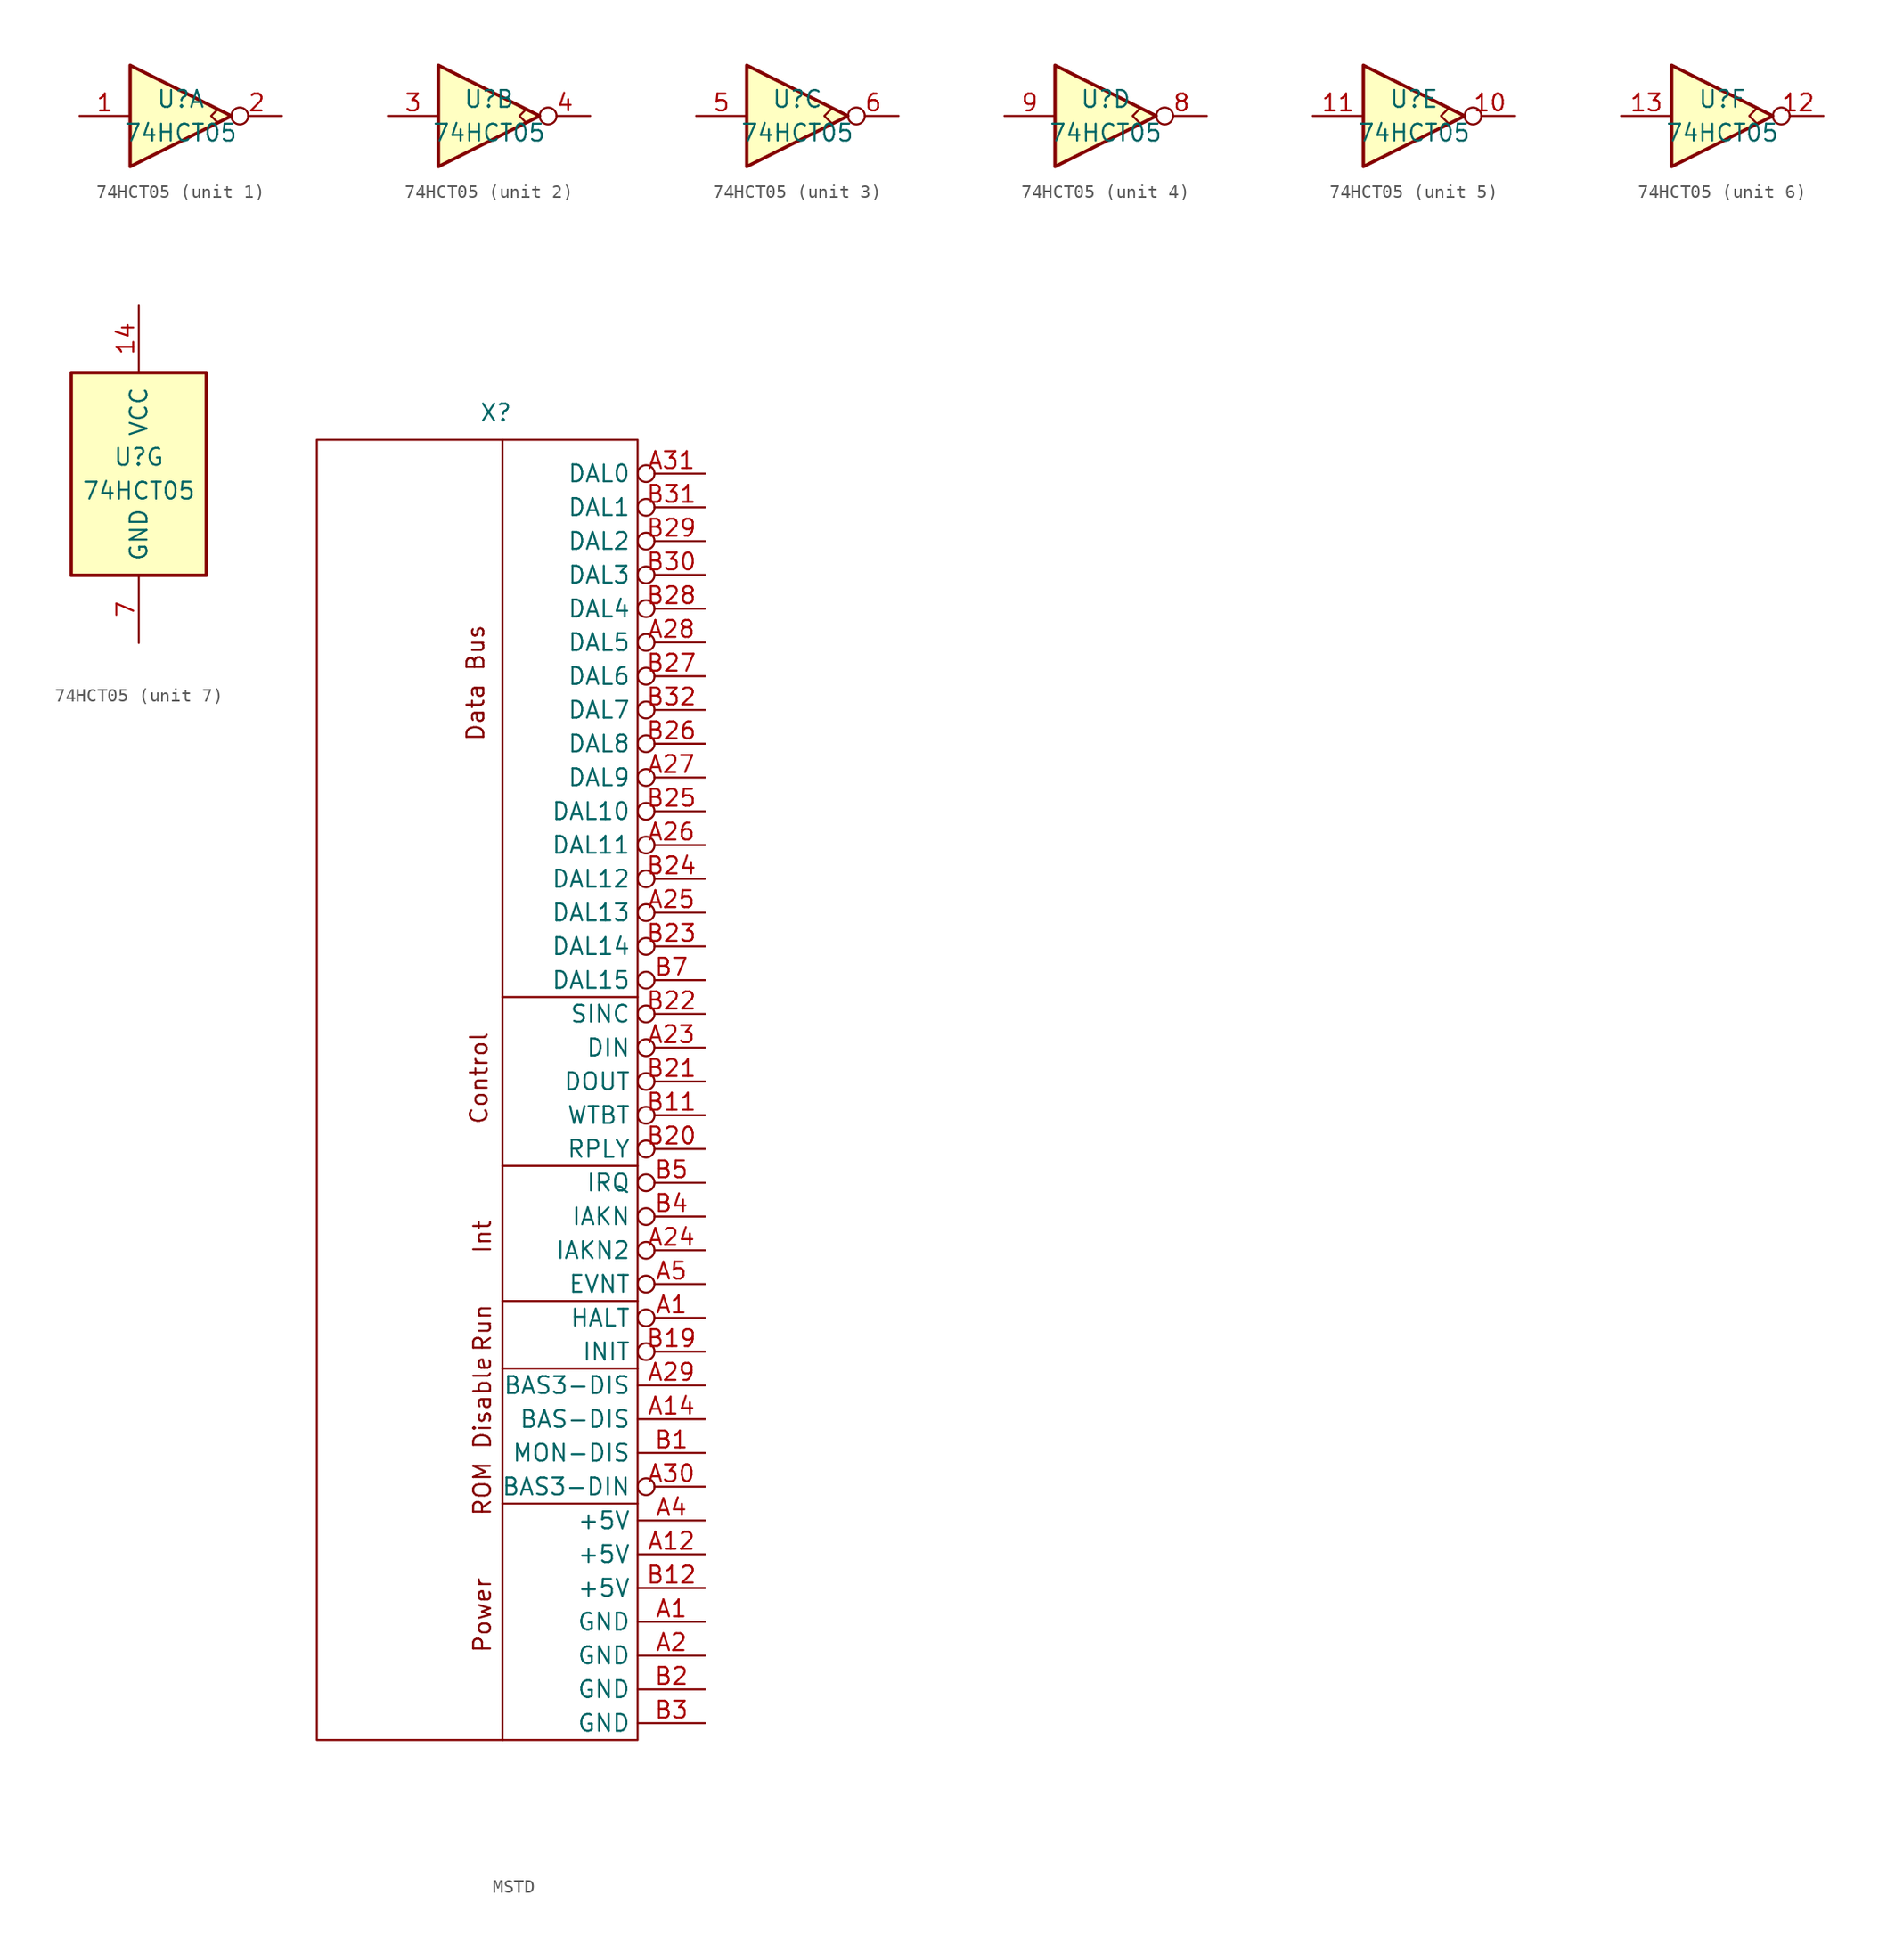
<source format=kicad_sym>
(kicad_symbol_lib
  (version 20231120)
  (generator "kicad_symbol_editor")
  (generator_version "8.0")
  (symbol "74HCT05"
    (pin_names
      (offset 1.016))
    (property "Reference" "U"
      (at 0 1.27 0)
      (effects (font (size 1.27 1.27))))
    (property "Value" "74HCT05"
      (at 0 -1.27 0)
      (effects (font (size 1.27 1.27))))
    (property "ki_locked" ""
      (at 0 0 0)
      (effects (font (size 1.27 1.27))))
    (symbol "74HCT05_1_0"
      (polyline (pts (xy -3.81 3.81) (xy -3.81 -3.81) (xy 3.81 0) (xy -3.81 3.81)) (stroke (width 0.254) (type default)) (fill (type background)))
      (pin input line (at -7.62 0 0) (length 3.81) (name "~" (effects (font (size 1.27 1.27)))) (number "1" (effects (font (size 1.27 1.27)))))
      (pin open_collector inverted (at 7.62 0 180) (length 3.81) (name "~" (effects (font (size 1.27 1.27)))) (number "2" (effects (font (size 1.27 1.27))))))
    (symbol "74HCT05_1_1"
      (polyline (pts (xy 2.794 0.508) (xy 2.286 0) (xy 2.794 -0.508)) (stroke (width 0) (type default)) (fill (type none))))
    (symbol "74HCT05_2_0"
      (polyline (pts (xy -3.81 3.81) (xy -3.81 -3.81) (xy 3.81 0) (xy -3.81 3.81)) (stroke (width 0.254) (type default)) (fill (type background)))
      (pin input line (at -7.62 0 0) (length 3.81) (name "~" (effects (font (size 1.27 1.27)))) (number "3" (effects (font (size 1.27 1.27)))))
      (pin open_collector inverted (at 7.62 0 180) (length 3.81) (name "~" (effects (font (size 1.27 1.27)))) (number "4" (effects (font (size 1.27 1.27))))))
    (symbol "74HCT05_2_1"
      (polyline (pts (xy 2.794 0.508) (xy 2.286 0) (xy 2.794 -0.508)) (stroke (width 0) (type default)) (fill (type none))))
    (symbol "74HCT05_3_0"
      (polyline (pts (xy -3.81 3.81) (xy -3.81 -3.81) (xy 3.81 0) (xy -3.81 3.81)) (stroke (width 0.254) (type default)) (fill (type background)))
      (pin input line (at -7.62 0 0) (length 3.81) (name "~" (effects (font (size 1.27 1.27)))) (number "5" (effects (font (size 1.27 1.27)))))
      (pin open_collector inverted (at 7.62 0 180) (length 3.81) (name "~" (effects (font (size 1.27 1.27)))) (number "6" (effects (font (size 1.27 1.27))))))
    (symbol "74HCT05_3_1"
      (polyline (pts (xy 2.54 0.508) (xy 2.032 0) (xy 2.54 -0.508)) (stroke (width 0) (type default)) (fill (type none))))
    (symbol "74HCT05_4_0"
      (polyline (pts (xy -3.81 3.81) (xy -3.81 -3.81) (xy 3.81 0) (xy -3.81 3.81)) (stroke (width 0.254) (type default)) (fill (type background)))
      (pin open_collector inverted (at 7.62 0 180) (length 3.81) (name "~" (effects (font (size 1.27 1.27)))) (number "8" (effects (font (size 1.27 1.27)))))
      (pin input line (at -7.62 0 0) (length 3.81) (name "~" (effects (font (size 1.27 1.27)))) (number "9" (effects (font (size 1.27 1.27))))))
    (symbol "74HCT05_4_1"
      (polyline (pts (xy 2.54 0.508) (xy 2.032 0) (xy 2.54 -0.508)) (stroke (width 0) (type default)) (fill (type none))))
    (symbol "74HCT05_5_0"
      (polyline (pts (xy -3.81 3.81) (xy -3.81 -3.81) (xy 3.81 0) (xy -3.81 3.81)) (stroke (width 0.254) (type default)) (fill (type background)))
      (pin open_collector inverted (at 7.62 0 180) (length 3.81) (name "~" (effects (font (size 1.27 1.27)))) (number "10" (effects (font (size 1.27 1.27)))))
      (pin input line (at -7.62 0 0) (length 3.81) (name "~" (effects (font (size 1.27 1.27)))) (number "11" (effects (font (size 1.27 1.27))))))
    (symbol "74HCT05_5_1"
      (polyline (pts (xy 2.54 0.508) (xy 2.032 0) (xy 2.54 -0.508)) (stroke (width 0) (type default)) (fill (type none))))
    (symbol "74HCT05_6_0"
      (polyline (pts (xy -3.81 3.81) (xy -3.81 -3.81) (xy 3.81 0) (xy -3.81 3.81)) (stroke (width 0.254) (type default)) (fill (type background)))
      (pin open_collector inverted (at 7.62 0 180) (length 3.81) (name "~" (effects (font (size 1.27 1.27)))) (number "12" (effects (font (size 1.27 1.27)))))
      (pin input line (at -7.62 0 0) (length 3.81) (name "~" (effects (font (size 1.27 1.27)))) (number "13" (effects (font (size 1.27 1.27))))))
    (symbol "74HCT05_6_1"
      (polyline (pts (xy 2.54 0.508) (xy 2.032 0) (xy 2.54 -0.508)) (stroke (width 0) (type default)) (fill (type none))))
    (symbol "74HCT05_7_0"
      (pin power_in line (at 0 12.7 270) (length 5.08) (name "VCC" (effects (font (size 1.27 1.27)))) (number "14" (effects (font (size 1.27 1.27)))))
      (pin power_in line (at 0 -12.7 90) (length 5.08) (name "GND" (effects (font (size 1.27 1.27)))) (number "7" (effects (font (size 1.27 1.27))))))
    (symbol "74HCT05_7_1"
      (rectangle (start -5.08 7.62) (end 5.08 -7.62) (stroke (width 0.254) (type default)) (fill (type background)))))
  (symbol "MSTD"
    (property "Reference" "X"
      (at -15.748 42.672 0)
      (effects (font (size 1.27 1.27))))
    (property "Value" ""
      (at -5.08 17.78 0)
      (effects (font (size 1.27 1.27))))
    (symbol "MSTD_0_1"
      (rectangle (start -5.08 40.64) (end -29.21 -57.15) (stroke (width 0) (type default)) (fill (type none)))
      (polyline (pts (xy -15.24 40.64) (xy -15.24 -57.15)) (stroke (width 0) (type default)) (fill (type none)))
      (polyline (pts (xy -5.08 -39.37) (xy -15.24 -39.37)) (stroke (width 0) (type default)) (fill (type none)))
      (polyline (pts (xy -5.08 -29.21) (xy -15.24 -29.21)) (stroke (width 0) (type default)) (fill (type none)))
      (polyline (pts (xy -5.08 -24.13) (xy -15.24 -24.13)) (stroke (width 0) (type default)) (fill (type none)))
      (polyline (pts (xy -5.08 -13.97) (xy -15.24 -13.97)) (stroke (width 0) (type default)) (fill (type none)))
      (polyline (pts (xy -5.08 -1.27) (xy -15.24 -1.27)) (stroke (width 0) (type default)) (fill (type none))))
    (symbol "MSTD_1_1"
      (text "Control" (at -17.018 -7.366 900) (effects (font (size 1.27 1.27))))
      (text "Data Bus" (at -17.272 22.352 900) (effects (font (size 1.27 1.27))))
      (text "Int" (at -16.764 -19.304 900) (effects (font (size 1.27 1.27))))
      (text "Power" (at -16.764 -47.752 900) (effects (font (size 1.27 1.27))))
      (text "ROM Disable" (at -16.764 -34.29 900) (effects (font (size 1.27 1.27))))
      (text "Run" (at -16.764 -26.162 900) (effects (font (size 1.27 1.27))))
      (pin power_out line (at 0 -48.26 180) (length 5.08) (name "GND" (effects (font (size 1.27 1.27)))) (number "A1" (effects (font (size 1.27 1.27)))))
      (pin input inverted (at 0 -25.4 180) (length 5.08) (name "HALT" (effects (font (size 1.27 1.27)))) (number "A1" (effects (font (size 1.27 1.27)))))
      (pin power_out line (at 0 -43.18 180) (length 5.08) (name "+5V" (effects (font (size 1.27 1.27)))) (number "A12" (effects (font (size 1.27 1.27)))))
      (pin input line (at 0 -33.02 180) (length 5.08) (name "BAS-DIS" (effects (font (size 1.27 1.27)))) (number "A14" (effects (font (size 1.27 1.27)))))
      (pin power_out line (at 0 -50.8 180) (length 5.08) (name "GND" (effects (font (size 1.27 1.27)))) (number "A2" (effects (font (size 1.27 1.27)))))
      (pin output inverted (at 0 -5.08 180) (length 5.08) (name "DIN" (effects (font (size 1.27 1.27)))) (number "A23" (effects (font (size 1.27 1.27)))))
      (pin output inverted (at 0 -20.32 180) (length 5.08) (name "IAKN2" (effects (font (size 1.27 1.27)))) (number "A24" (effects (font (size 1.27 1.27)))))
      (pin bidirectional inverted (at 0 5.08 180) (length 5.08) (name "DAL13" (effects (font (size 1.27 1.27)))) (number "A25" (effects (font (size 1.27 1.27)))))
      (pin bidirectional inverted (at 0 10.16 180) (length 5.08) (name "DAL11" (effects (font (size 1.27 1.27)))) (number "A26" (effects (font (size 1.27 1.27)))))
      (pin bidirectional inverted (at 0 15.24 180) (length 5.08) (name "DAL9" (effects (font (size 1.27 1.27)))) (number "A27" (effects (font (size 1.27 1.27)))))
      (pin bidirectional inverted (at 0 25.4 180) (length 5.08) (name "DAL5" (effects (font (size 1.27 1.27)))) (number "A28" (effects (font (size 1.27 1.27)))))
      (pin input line (at 0 -30.48 180) (length 5.08) (name "BAS3-DIS" (effects (font (size 1.27 1.27)))) (number "A29" (effects (font (size 1.27 1.27)))))
      (pin output inverted (at 0 -38.1 180) (length 5.08) (name "BAS3-DIN" (effects (font (size 1.27 1.27)))) (number "A30" (effects (font (size 1.27 1.27)))))
      (pin bidirectional inverted (at 0 38.1 180) (length 5.08) (name "DAL0" (effects (font (size 1.27 1.27)))) (number "A31" (effects (font (size 1.27 1.27)))))
      (pin power_out line (at 0 -40.64 180) (length 5.08) (name "+5V" (effects (font (size 1.27 1.27)))) (number "A4" (effects (font (size 1.27 1.27)))))
      (pin input inverted (at 0 -22.86 180) (length 5.08) (name "EVNT" (effects (font (size 1.27 1.27)))) (number "A5" (effects (font (size 1.27 1.27)))))
      (pin input line (at 0 -35.56 180) (length 5.08) (name "MON-DIS" (effects (font (size 1.27 1.27)))) (number "B1" (effects (font (size 1.27 1.27)))))
      (pin output inverted (at 0 -10.16 180) (length 5.08) (name "WTBT" (effects (font (size 1.27 1.27)))) (number "B11" (effects (font (size 1.27 1.27)))))
      (pin power_out line (at 0 -45.72 180) (length 5.08) (name "+5V" (effects (font (size 1.27 1.27)))) (number "B12" (effects (font (size 1.27 1.27)))))
      (pin input inverted (at 0 -27.94 180) (length 5.08) (name "INIT" (effects (font (size 1.27 1.27)))) (number "B19" (effects (font (size 1.27 1.27)))))
      (pin power_out line (at 0 -53.34 180) (length 5.08) (name "GND" (effects (font (size 1.27 1.27)))) (number "B2" (effects (font (size 1.27 1.27)))))
      (pin input inverted (at 0 -12.7 180) (length 5.08) (name "RPLY" (effects (font (size 1.27 1.27)))) (number "B20" (effects (font (size 1.27 1.27)))))
      (pin output inverted (at 0 -7.62 180) (length 5.08) (name "DOUT" (effects (font (size 1.27 1.27)))) (number "B21" (effects (font (size 1.27 1.27)))))
      (pin output inverted (at 0 -2.54 180) (length 5.08) (name "SINC" (effects (font (size 1.27 1.27)))) (number "B22" (effects (font (size 1.27 1.27)))))
      (pin bidirectional inverted (at 0 2.54 180) (length 5.08) (name "DAL14" (effects (font (size 1.27 1.27)))) (number "B23" (effects (font (size 1.27 1.27)))))
      (pin bidirectional inverted (at 0 7.62 180) (length 5.08) (name "DAL12" (effects (font (size 1.27 1.27)))) (number "B24" (effects (font (size 1.27 1.27)))))
      (pin bidirectional inverted (at 0 12.7 180) (length 5.08) (name "DAL10" (effects (font (size 1.27 1.27)))) (number "B25" (effects (font (size 1.27 1.27)))))
      (pin bidirectional inverted (at 0 17.78 180) (length 5.08) (name "DAL8" (effects (font (size 1.27 1.27)))) (number "B26" (effects (font (size 1.27 1.27)))))
      (pin bidirectional inverted (at 0 22.86 180) (length 5.08) (name "DAL6" (effects (font (size 1.27 1.27)))) (number "B27" (effects (font (size 1.27 1.27)))))
      (pin bidirectional inverted (at 0 27.94 180) (length 5.08) (name "DAL4" (effects (font (size 1.27 1.27)))) (number "B28" (effects (font (size 1.27 1.27)))))
      (pin bidirectional inverted (at 0 33.02 180) (length 5.08) (name "DAL2" (effects (font (size 1.27 1.27)))) (number "B29" (effects (font (size 1.27 1.27)))))
      (pin power_out line (at 0 -55.88 180) (length 5.08) (name "GND" (effects (font (size 1.27 1.27)))) (number "B3" (effects (font (size 1.27 1.27)))))
      (pin bidirectional inverted (at 0 30.48 180) (length 5.08) (name "DAL3" (effects (font (size 1.27 1.27)))) (number "B30" (effects (font (size 1.27 1.27)))))
      (pin bidirectional inverted (at 0 35.56 180) (length 5.08) (name "DAL1" (effects (font (size 1.27 1.27)))) (number "B31" (effects (font (size 1.27 1.27)))))
      (pin bidirectional inverted (at 0 20.32 180) (length 5.08) (name "DAL7" (effects (font (size 1.27 1.27)))) (number "B32" (effects (font (size 1.27 1.27)))))
      (pin output inverted (at 0 -17.78 180) (length 5.08) (name "IAKN" (effects (font (size 1.27 1.27)))) (number "B4" (effects (font (size 1.27 1.27)))))
      (pin input inverted (at 0 -15.24 180) (length 5.08) (name "IRQ" (effects (font (size 1.27 1.27)))) (number "B5" (effects (font (size 1.27 1.27)))))
      (pin bidirectional inverted (at 0 0 180) (length 5.08) (name "DAL15" (effects (font (size 1.27 1.27)))) (number "B7" (effects (font (size 1.27 1.27))))))))
</source>
